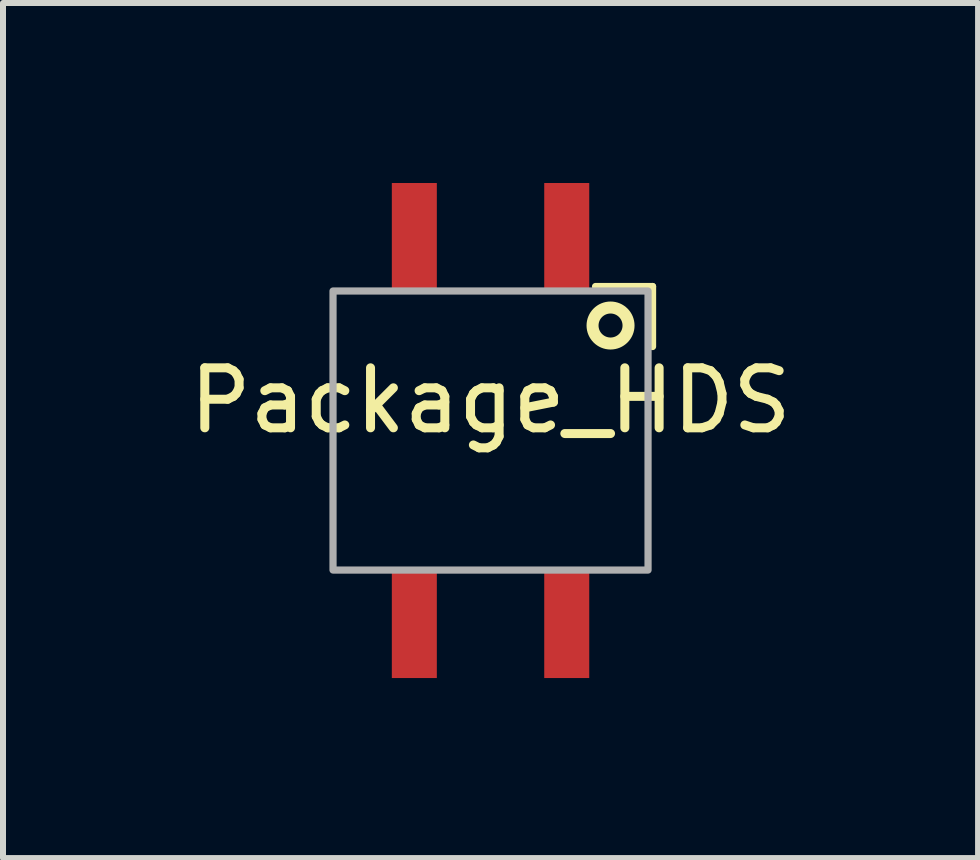
<source format=kicad_pcb>
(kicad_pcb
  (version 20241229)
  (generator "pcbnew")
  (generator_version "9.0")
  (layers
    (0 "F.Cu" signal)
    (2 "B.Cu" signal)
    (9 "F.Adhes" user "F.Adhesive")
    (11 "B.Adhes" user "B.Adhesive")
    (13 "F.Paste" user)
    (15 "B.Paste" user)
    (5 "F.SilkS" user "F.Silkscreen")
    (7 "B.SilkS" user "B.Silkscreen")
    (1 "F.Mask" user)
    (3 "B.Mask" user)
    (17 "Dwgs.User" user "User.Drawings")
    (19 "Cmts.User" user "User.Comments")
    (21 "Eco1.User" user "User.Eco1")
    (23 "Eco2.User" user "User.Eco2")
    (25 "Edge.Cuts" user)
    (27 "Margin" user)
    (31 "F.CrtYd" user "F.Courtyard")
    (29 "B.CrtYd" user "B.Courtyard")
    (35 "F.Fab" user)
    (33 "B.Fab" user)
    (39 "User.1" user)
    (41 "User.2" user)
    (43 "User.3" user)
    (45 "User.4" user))
  (footprint "Package_HDS"
    (layer "F.Cu")
    (at 5.125 4.125)
    (property "Reference" "Package_HDS" (at 0 -0.5 0) (unlocked yes) (layer "F.SilkS") (effects (font (size 1 1) (thickness 0.15))))
    (attr smd)
    (fp_line (start 1.75 -2.4) (end 2.7 -2.4) (stroke (width 0.12) (type solid)) (layer "F.SilkS"))
    (fp_line (start 2.7 -2.4) (end 2.7 -1.4) (stroke (width 0.12) (type solid)) (layer "F.SilkS"))
    (fp_circle (center 2 -1.75) (end 2.3 -1.75) (stroke (width 0.2) (type solid)) (fill no) (layer "F.SilkS"))
    (fp_rect (start -2.625 -2.325) (end 2.625 2.325) (stroke (width 0.12) (type solid)) (fill no) (layer "F.Fab"))
    (pad "1" smd rect (at 1.27 -3.25) (size 0.75 1.75) (layers "F.Cu" "F.Mask" "F.Paste"))
    (pad "2" smd rect (at 1.27 3.25) (size 0.75 1.75) (layers "F.Cu" "F.Mask" "F.Paste"))
    (pad "3" smd rect (at -1.27 -3.25) (size 0.75 1.75) (layers "F.Cu" "F.Mask" "F.Paste"))
    (pad "4" smd rect (at -1.27 3.25) (size 0.75 1.75) (layers "F.Cu" "F.Mask" "F.Paste")))
  (gr_rect
    (start -3 -3)
    (end 13.25 11.25)
    (stroke (width 0.1) (type default))
    (fill no)
    (layer "Edge.Cuts")))
</source>
